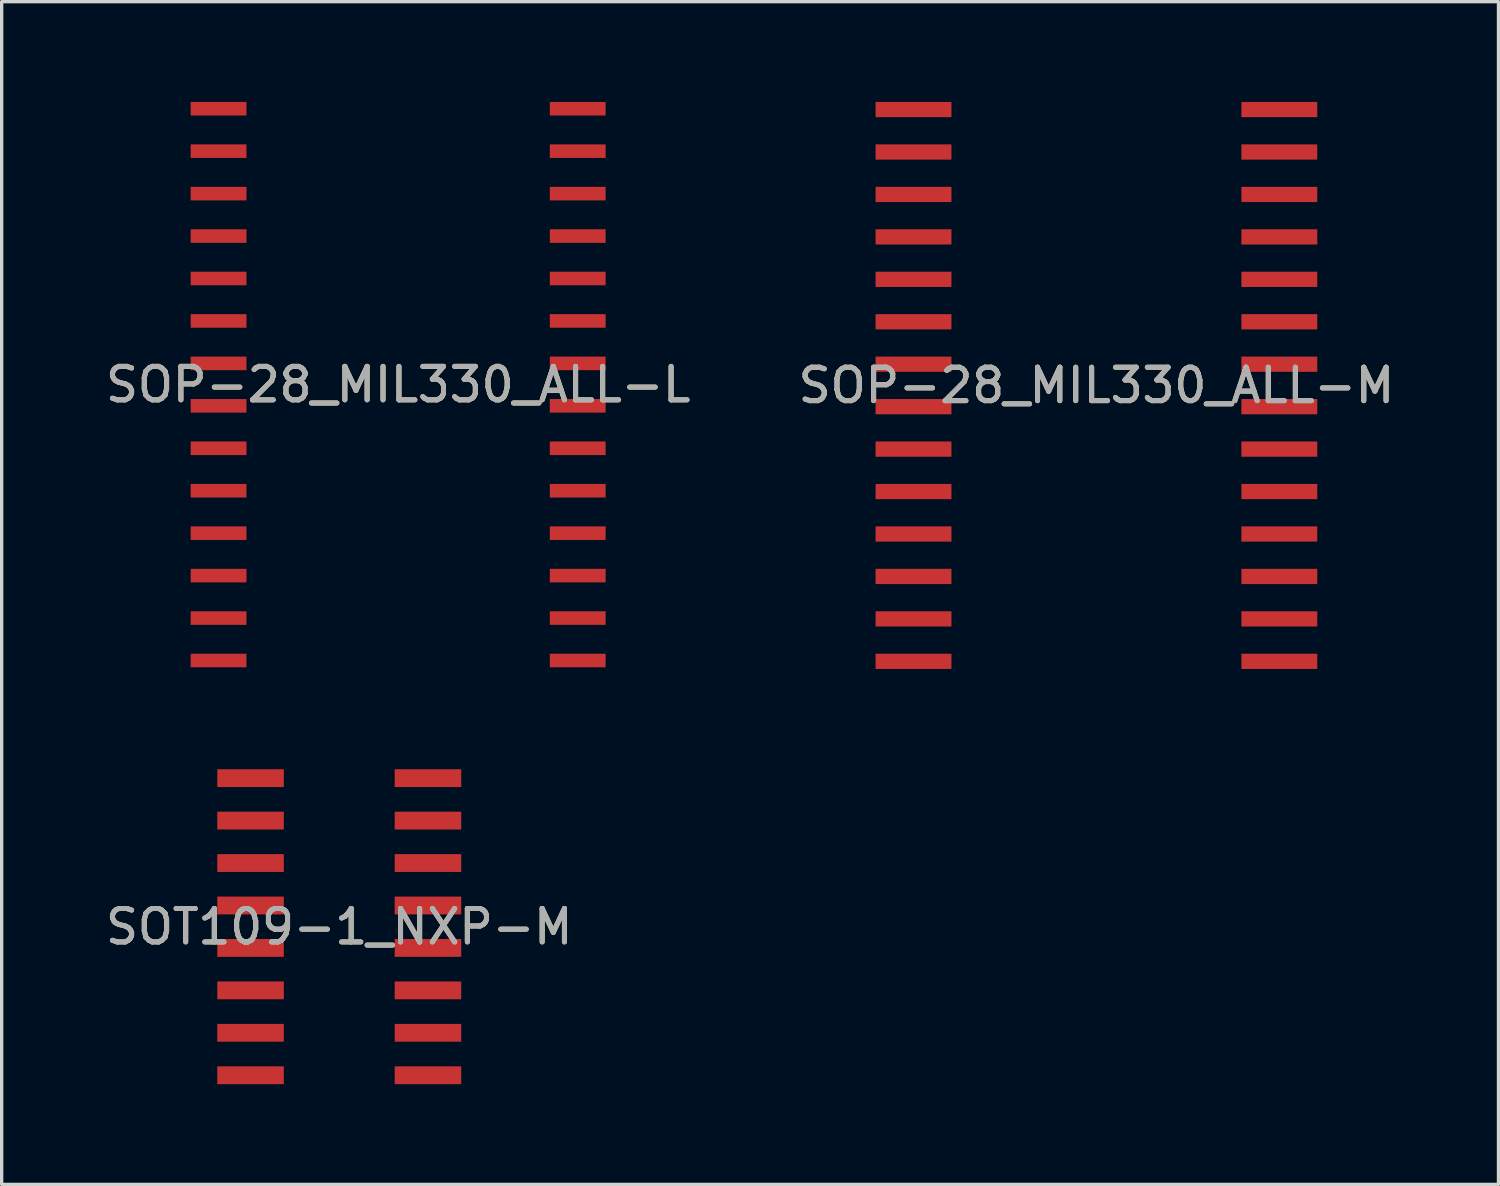
<source format=kicad_pcb>
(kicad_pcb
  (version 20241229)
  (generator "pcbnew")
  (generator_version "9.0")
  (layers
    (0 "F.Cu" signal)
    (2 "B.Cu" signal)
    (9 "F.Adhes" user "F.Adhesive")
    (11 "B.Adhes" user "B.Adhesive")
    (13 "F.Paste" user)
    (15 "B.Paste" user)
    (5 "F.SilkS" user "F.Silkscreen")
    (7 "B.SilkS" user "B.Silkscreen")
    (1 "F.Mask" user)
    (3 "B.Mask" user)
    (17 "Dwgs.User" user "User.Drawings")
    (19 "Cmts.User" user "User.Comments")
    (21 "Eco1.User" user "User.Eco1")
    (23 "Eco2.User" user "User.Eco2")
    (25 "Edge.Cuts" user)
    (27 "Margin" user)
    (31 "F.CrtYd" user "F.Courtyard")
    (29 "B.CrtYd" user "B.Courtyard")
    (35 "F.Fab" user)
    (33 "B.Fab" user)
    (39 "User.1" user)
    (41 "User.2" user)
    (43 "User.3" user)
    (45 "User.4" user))
  (footprint "SOP-28_MIL330_ALL-M"
    (layer "F.Cu")
    (at 29.756 8.483)
    (property "Reference" "SOP-28_MIL330_ALL-M" (at 0 0 0) (unlocked yes) (layer "F.SilkS") (effects (font (size 1 1) (thickness 0.15))))
    (attr smd)
    (fp_text user "${REFERENCE}" (at 0 0 0) (unlocked yes) (layer "F.Fab") (effects (font (size 1 1) (thickness 0.15))))
    (pad "1" smd rect (at -5.473 -8.255) (size 2.27 0.456) (layers "F.Cu" "F.Mask" "F.Paste"))
    (pad "2" smd rect (at -5.473 -6.985) (size 2.27 0.456) (layers "F.Cu" "F.Mask" "F.Paste"))
    (pad "3" smd rect (at -5.473 -5.715) (size 2.27 0.456) (layers "F.Cu" "F.Mask" "F.Paste"))
    (pad "4" smd rect (at -5.473 -4.445) (size 2.27 0.456) (layers "F.Cu" "F.Mask" "F.Paste"))
    (pad "5" smd rect (at -5.473 -3.175) (size 2.27 0.456) (layers "F.Cu" "F.Mask" "F.Paste"))
    (pad "6" smd rect (at -5.473 -1.905) (size 2.27 0.456) (layers "F.Cu" "F.Mask" "F.Paste"))
    (pad "7" smd rect (at -5.473 -0.635) (size 2.27 0.456) (layers "F.Cu" "F.Mask" "F.Paste"))
    (pad "8" smd rect (at -5.473 0.635) (size 2.27 0.456) (layers "F.Cu" "F.Mask" "F.Paste"))
    (pad "9" smd rect (at -5.473 1.905) (size 2.27 0.456) (layers "F.Cu" "F.Mask" "F.Paste"))
    (pad "10" smd rect (at -5.473 3.175) (size 2.27 0.456) (layers "F.Cu" "F.Mask" "F.Paste"))
    (pad "11" smd rect (at -5.473 4.445) (size 2.27 0.456) (layers "F.Cu" "F.Mask" "F.Paste"))
    (pad "12" smd rect (at -5.473 5.715) (size 2.27 0.456) (layers "F.Cu" "F.Mask" "F.Paste"))
    (pad "13" smd rect (at -5.473 6.985) (size 2.27 0.456) (layers "F.Cu" "F.Mask" "F.Paste"))
    (pad "14" smd rect (at -5.473 8.255) (size 2.27 0.456) (layers "F.Cu" "F.Mask" "F.Paste"))
    (pad "15" smd rect (at 5.473 8.255) (size 2.27 0.456) (layers "F.Cu" "F.Mask" "F.Paste"))
    (pad "16" smd rect (at 5.473 6.985) (size 2.27 0.456) (layers "F.Cu" "F.Mask" "F.Paste"))
    (pad "17" smd rect (at 5.473 5.715) (size 2.27 0.456) (layers "F.Cu" "F.Mask" "F.Paste"))
    (pad "18" smd rect (at 5.473 4.445) (size 2.27 0.456) (layers "F.Cu" "F.Mask" "F.Paste"))
    (pad "19" smd rect (at 5.473 3.175) (size 2.27 0.456) (layers "F.Cu" "F.Mask" "F.Paste"))
    (pad "20" smd rect (at 5.473 1.905) (size 2.27 0.456) (layers "F.Cu" "F.Mask" "F.Paste"))
    (pad "21" smd rect (at 5.473 0.635) (size 2.27 0.456) (layers "F.Cu" "F.Mask" "F.Paste"))
    (pad "22" smd rect (at 5.473 -0.635) (size 2.27 0.456) (layers "F.Cu" "F.Mask" "F.Paste"))
    (pad "23" smd rect (at 5.473 -1.905) (size 2.27 0.456) (layers "F.Cu" "F.Mask" "F.Paste"))
    (pad "24" smd rect (at 5.473 -3.175) (size 2.27 0.456) (layers "F.Cu" "F.Mask" "F.Paste"))
    (pad "25" smd rect (at 5.473 -4.445) (size 2.27 0.456) (layers "F.Cu" "F.Mask" "F.Paste"))
    (pad "26" smd rect (at 5.473 -5.715) (size 2.27 0.456) (layers "F.Cu" "F.Mask" "F.Paste"))
    (pad "27" smd rect (at 5.473 -6.985) (size 2.27 0.456) (layers "F.Cu" "F.Mask" "F.Paste"))
    (pad "28" smd rect (at 5.473 -8.255) (size 2.27 0.456) (layers "F.Cu" "F.Mask" "F.Paste")))
  (footprint "SOP-28_MIL330_ALL-L"
    (layer "F.Cu")
    (at 8.863 8.458)
    (property "Reference" "SOP-28_MIL330_ALL-L" (at 0 0 0) (unlocked yes) (layer "F.SilkS") (effects (font (size 1 1) (thickness 0.15))))
    (attr smd)
    (fp_text user "${REFERENCE}" (at 0 0 0) (unlocked yes) (layer "F.Fab") (effects (font (size 1 1) (thickness 0.15))))
    (pad "1" smd rect (at -5.373 -8.255) (size 1.67 0.406) (layers "F.Cu" "F.Mask" "F.Paste"))
    (pad "2" smd rect (at -5.373 -6.985) (size 1.67 0.406) (layers "F.Cu" "F.Mask" "F.Paste"))
    (pad "3" smd rect (at -5.373 -5.715) (size 1.67 0.406) (layers "F.Cu" "F.Mask" "F.Paste"))
    (pad "4" smd rect (at -5.373 -4.445) (size 1.67 0.406) (layers "F.Cu" "F.Mask" "F.Paste"))
    (pad "5" smd rect (at -5.373 -3.175) (size 1.67 0.406) (layers "F.Cu" "F.Mask" "F.Paste"))
    (pad "6" smd rect (at -5.373 -1.905) (size 1.67 0.406) (layers "F.Cu" "F.Mask" "F.Paste"))
    (pad "7" smd rect (at -5.373 -0.635) (size 1.67 0.406) (layers "F.Cu" "F.Mask" "F.Paste"))
    (pad "8" smd rect (at -5.373 0.635) (size 1.67 0.406) (layers "F.Cu" "F.Mask" "F.Paste"))
    (pad "9" smd rect (at -5.373 1.905) (size 1.67 0.406) (layers "F.Cu" "F.Mask" "F.Paste"))
    (pad "10" smd rect (at -5.373 3.175) (size 1.67 0.406) (layers "F.Cu" "F.Mask" "F.Paste"))
    (pad "11" smd rect (at -5.373 4.445) (size 1.67 0.406) (layers "F.Cu" "F.Mask" "F.Paste"))
    (pad "12" smd rect (at -5.373 5.715) (size 1.67 0.406) (layers "F.Cu" "F.Mask" "F.Paste"))
    (pad "13" smd rect (at -5.373 6.985) (size 1.67 0.406) (layers "F.Cu" "F.Mask" "F.Paste"))
    (pad "14" smd rect (at -5.373 8.255) (size 1.67 0.406) (layers "F.Cu" "F.Mask" "F.Paste"))
    (pad "15" smd rect (at 5.373 8.255) (size 1.67 0.406) (layers "F.Cu" "F.Mask" "F.Paste"))
    (pad "16" smd rect (at 5.373 6.985) (size 1.67 0.406) (layers "F.Cu" "F.Mask" "F.Paste"))
    (pad "17" smd rect (at 5.373 5.715) (size 1.67 0.406) (layers "F.Cu" "F.Mask" "F.Paste"))
    (pad "18" smd rect (at 5.373 4.445) (size 1.67 0.406) (layers "F.Cu" "F.Mask" "F.Paste"))
    (pad "19" smd rect (at 5.373 3.175) (size 1.67 0.406) (layers "F.Cu" "F.Mask" "F.Paste"))
    (pad "20" smd rect (at 5.373 1.905) (size 1.67 0.406) (layers "F.Cu" "F.Mask" "F.Paste"))
    (pad "21" smd rect (at 5.373 0.635) (size 1.67 0.406) (layers "F.Cu" "F.Mask" "F.Paste"))
    (pad "22" smd rect (at 5.373 -0.635) (size 1.67 0.406) (layers "F.Cu" "F.Mask" "F.Paste"))
    (pad "23" smd rect (at 5.373 -1.905) (size 1.67 0.406) (layers "F.Cu" "F.Mask" "F.Paste"))
    (pad "24" smd rect (at 5.373 -3.175) (size 1.67 0.406) (layers "F.Cu" "F.Mask" "F.Paste"))
    (pad "25" smd rect (at 5.373 -4.445) (size 1.67 0.406) (layers "F.Cu" "F.Mask" "F.Paste"))
    (pad "26" smd rect (at 5.373 -5.715) (size 1.67 0.406) (layers "F.Cu" "F.Mask" "F.Paste"))
    (pad "27" smd rect (at 5.373 -6.985) (size 1.67 0.406) (layers "F.Cu" "F.Mask" "F.Paste"))
    (pad "28" smd rect (at 5.373 -8.255) (size 1.67 0.406) (layers "F.Cu" "F.Mask" "F.Paste")))
  (footprint "SOT109-1_NXP-M"
    (layer "F.Cu")
    (at 7.101 24.678)
    (property "Reference" "SOT109-1_NXP-M" (at 0 0 0) (unlocked yes) (layer "F.SilkS") (effects (font (size 1 1) (thickness 0.15))))
    (attr smd)
    (fp_text user "${REFERENCE}" (at 0 0 0) (unlocked yes) (layer "F.Fab") (effects (font (size 1 1) (thickness 0.15))))
    (pad "1" smd rect (at -2.654 -4.445) (size 1.991 0.533) (layers "F.Cu" "F.Mask" "F.Paste"))
    (pad "2" smd rect (at -2.654 -3.175) (size 1.991 0.533) (layers "F.Cu" "F.Mask" "F.Paste"))
    (pad "3" smd rect (at -2.654 -1.905) (size 1.991 0.533) (layers "F.Cu" "F.Mask" "F.Paste"))
    (pad "4" smd rect (at -2.654 -0.635) (size 1.991 0.533) (layers "F.Cu" "F.Mask" "F.Paste"))
    (pad "5" smd rect (at -2.654 0.635) (size 1.991 0.533) (layers "F.Cu" "F.Mask" "F.Paste"))
    (pad "6" smd rect (at -2.654 1.905) (size 1.991 0.533) (layers "F.Cu" "F.Mask" "F.Paste"))
    (pad "7" smd rect (at -2.654 3.175) (size 1.991 0.533) (layers "F.Cu" "F.Mask" "F.Paste"))
    (pad "8" smd rect (at -2.654 4.445) (size 1.991 0.533) (layers "F.Cu" "F.Mask" "F.Paste"))
    (pad "9" smd rect (at 2.654 4.445) (size 1.991 0.533) (layers "F.Cu" "F.Mask" "F.Paste"))
    (pad "10" smd rect (at 2.654 3.175) (size 1.991 0.533) (layers "F.Cu" "F.Mask" "F.Paste"))
    (pad "11" smd rect (at 2.654 1.905) (size 1.991 0.533) (layers "F.Cu" "F.Mask" "F.Paste"))
    (pad "12" smd rect (at 2.654 0.635) (size 1.991 0.533) (layers "F.Cu" "F.Mask" "F.Paste"))
    (pad "13" smd rect (at 2.654 -0.635) (size 1.991 0.533) (layers "F.Cu" "F.Mask" "F.Paste"))
    (pad "14" smd rect (at 2.654 -1.905) (size 1.991 0.533) (layers "F.Cu" "F.Mask" "F.Paste"))
    (pad "15" smd rect (at 2.654 -3.175) (size 1.991 0.533) (layers "F.Cu" "F.Mask" "F.Paste"))
    (pad "16" smd rect (at 2.654 -4.445) (size 1.991 0.533) (layers "F.Cu" "F.Mask" "F.Paste")))
  (gr_rect
    (start -3 -3)
    (end 41.786 32.389)
    (stroke (width 0.1) (type default))
    (fill no)
    (layer "Edge.Cuts")))
</source>
